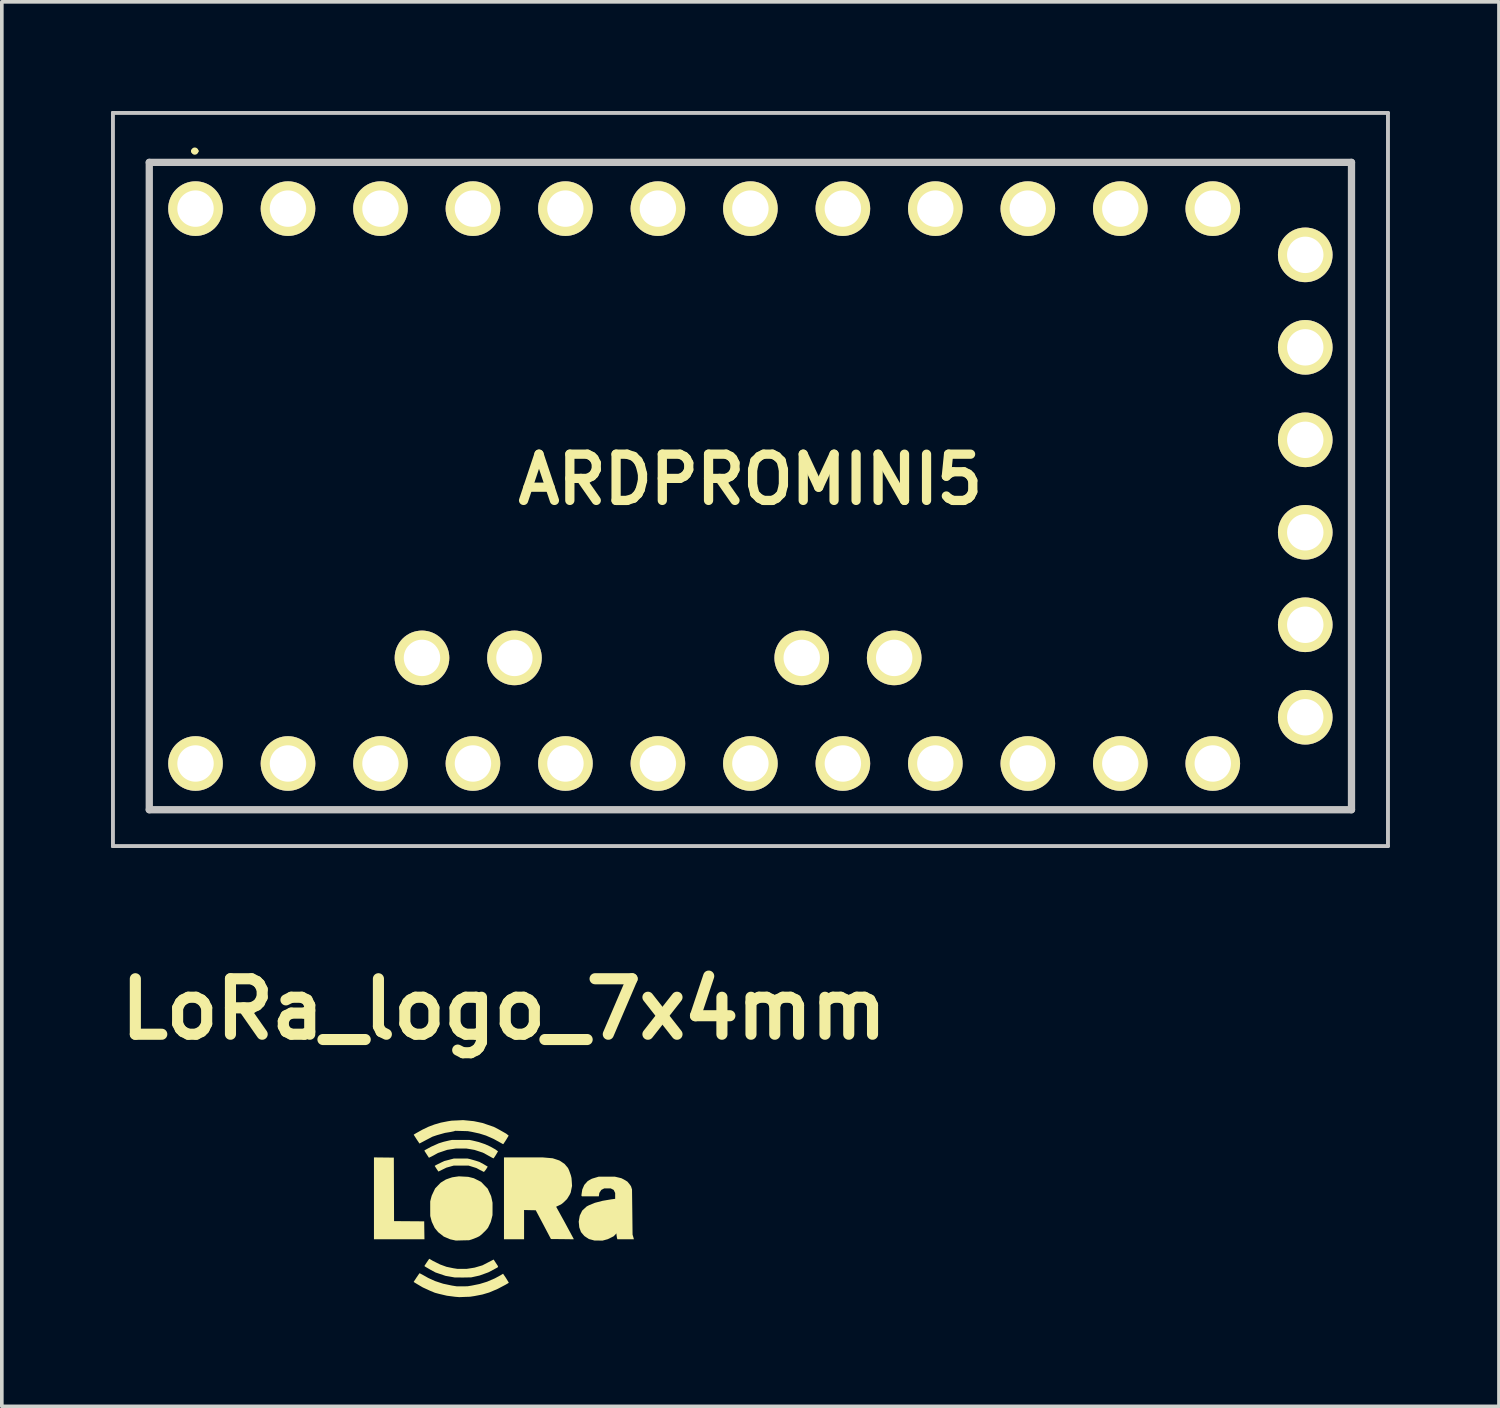
<source format=kicad_pcb>
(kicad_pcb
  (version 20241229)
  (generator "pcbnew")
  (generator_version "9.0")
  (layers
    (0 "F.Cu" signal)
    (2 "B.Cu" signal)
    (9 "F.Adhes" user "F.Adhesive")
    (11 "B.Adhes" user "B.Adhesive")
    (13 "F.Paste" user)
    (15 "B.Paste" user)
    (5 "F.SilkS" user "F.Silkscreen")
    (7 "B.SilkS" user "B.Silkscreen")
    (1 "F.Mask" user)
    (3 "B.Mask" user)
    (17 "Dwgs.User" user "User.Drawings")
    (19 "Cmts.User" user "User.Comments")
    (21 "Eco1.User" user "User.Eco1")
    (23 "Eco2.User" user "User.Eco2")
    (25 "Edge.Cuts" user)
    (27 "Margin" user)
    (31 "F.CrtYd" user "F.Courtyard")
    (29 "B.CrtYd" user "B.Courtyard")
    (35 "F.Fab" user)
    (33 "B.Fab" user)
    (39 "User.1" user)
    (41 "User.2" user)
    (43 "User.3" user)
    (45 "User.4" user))
  (footprint "LoRa_logo_7x4mm"
    (layer "F.Cu")
    (at 10.791 30.146)
    (property "Reference" "LoRa_logo_7x4mm" (at 0 -5.479 0) (layer "F.SilkS") (effects (font (size 1.524 1.524) (thickness 0.305))))
    (attr smd)
    (fp_poly (pts (xy -1.344 2.421) (xy -1.567 2.392) (xy -1.784 2.341) (xy -1.896 2.311) (xy -2.031 2.255) (xy -2.231 2.163) (xy -2.387 2.071) (xy -2.478 2.015) (xy -1.982 0.361) (xy -2.003 0.282) (xy -2.024 0.203) (xy -2.025 0.003) (xy -2.025 -0.198) (xy -2.005 -0.277) (xy -1.984 -0.356) (xy -1.937 -0.456) (xy -1.889 -0.556) (xy -1.813 -0.635) (xy -1.737 -0.713) (xy -1.665 -0.757) (xy -1.593 -0.801) (xy -1.508 -0.831) (xy -1.422 -0.86) (xy -1.33 -0.874) (xy -1.238 -0.887) (xy -1.109 -0.88) (xy -0.98 -0.873) (xy -0.903 -0.854) (xy -0.827 -0.835) (xy -0.727 -0.785) (xy -0.627 -0.735) (xy -0.537 -0.641) (xy -0.446 -0.548) (xy -0.399 -0.446) (xy -0.352 -0.344) (xy -0.332 -0.253) (xy -0.313 -0.161) (xy -0.313 0.009) (xy -0.314 0.179) (xy -0.338 0.274) (xy -0.363 0.369) (xy -0.4 0.447) (xy -0.437 0.525) (xy -0.491 0.59) (xy -0.609 0.706) (xy -0.673 0.757) (xy -0.744 0.792) (xy -0.886 0.847) (xy -0.956 0.868) (xy -1.138 0.872) (xy -1.32 0.877) (xy -1.398 0.86) (xy -1.398 0.86) (xy -1.476 0.843) (xy -1.565 0.805) (xy -1.654 0.767) (xy -1.729 0.707) (xy -1.805 0.648) (xy -1.853 0.59) (xy -1.902 0.531) (xy -1.942 0.446) (xy -1.982 0.361) (xy -2.478 2.015) (xy -2.183 0.841) (xy -2.877 0.841) (xy -3.57 0.841) (xy -3.57 -0.283) (xy -3.57 -0.283) (xy -3.57 -1.407) (xy -3.297 -1.404) (xy -3.024 -1.401) (xy -3.021 -0.529) (xy -3.018 0.343) (xy -2.604 0.346) (xy -2.19 0.349) (xy -2.187 0.595) (xy -2.183 0.841) (xy -2.478 2.015) (xy -2.475 2.005) (xy -2.397 1.886) (xy -2.13 1.491) (xy -2.062 1.392) (xy -2.049 1.377) (xy -1.955 1.433) (xy -1.755 1.533) (xy -1.578 1.598) (xy -1.39 1.637) (xy -1.273 1.655) (xy -1.15 1.655) (xy -1.027 1.655) (xy -0.915 1.638) (xy -0.804 1.62) (xy -0.698 1.589) (xy -0.592 1.558) (xy -0.445 1.482) (xy -0.29 1.402) (xy -0.282 1.399) (xy -0.222 1.491) (xy -0.161 1.584) (xy -0.167 1.599) (xy -0.172 1.614) (xy -0.3 1.682) (xy -0.428 1.75) (xy -0.549 1.794) (xy -0.671 1.838) (xy -0.784 1.863) (xy -0.898 1.888) (xy -1.109 1.892) (xy -1.35 1.891) (xy -1.35 1.891) (xy -1.491 1.866) (xy -1.602 1.847) (xy -1.741 1.8) (xy -1.88 1.753) (xy -2.006 1.686) (xy -2.158 1.597) (xy -2.185 1.576) (xy -2.13 1.491) (xy -2.397 1.886) (xy -2.322 1.777) (xy -2.31 1.777) (xy -1.894 -1.16) (xy -1.902 -1.174) (xy -1.861 -1.199) (xy -1.728 -1.265) (xy -1.636 -1.308) (xy -1.507 -1.341) (xy -1.379 -1.375) (xy -1.191 -1.376) (xy -1.003 -1.376) (xy -0.933 -1.361) (xy -0.768 -1.314) (xy -0.674 -1.283) (xy -0.56 -1.222) (xy -0.445 -1.153) (xy -0.493 -1.075) (xy -0.549 -1.007) (xy -0.657 -1.061) (xy -0.657 -1.061) (xy -0.757 -1.115) (xy -0.862 -1.148) (xy -0.968 -1.181) (xy -1.174 -1.181) (xy -1.379 -1.182) (xy -1.479 -1.154) (xy -1.579 -1.126) (xy -1.69 -1.072) (xy -1.8 -1.018) (xy -1.807 -1.028) (xy -1.85 -1.092) (xy -1.894 -1.16) (xy -2.31 1.777) (xy -2.232 1.818) (xy -1.935 -1.46) (xy -2.06 -1.397) (xy -2.125 -1.497) (xy -2.187 -1.593) (xy -2.165 -1.61) (xy -2.002 -1.699) (xy -1.79 -1.794) (xy -1.655 -1.836) (xy -1.508 -1.871) (xy -1.426 -1.887) (xy -1.185 -1.887) (xy -0.945 -1.887) (xy -0.862 -1.87) (xy -0.692 -1.829) (xy -0.518 -1.77) (xy -0.371 -1.703) (xy -0.237 -1.628) (xy -0.163 -1.574) (xy -0.222 -1.473) (xy -0.282 -1.383) (xy -0.296 -1.384) (xy -0.345 -1.409) (xy -0.345 -1.409) (xy -0.481 -1.485) (xy -0.58 -1.538) (xy -0.695 -1.576) (xy -0.809 -1.613) (xy -0.918 -1.632) (xy -1.027 -1.65) (xy -1.177 -1.65) (xy -1.326 -1.65) (xy -1.443 -1.632) (xy -1.559 -1.614) (xy -1.686 -1.571) (xy -1.813 -1.528) (xy -1.935 -1.46) (xy -2.232 1.818) (xy -2.078 1.905) (xy -1.89 1.99) (xy -1.671 2.062) (xy -1.425 2.114) (xy 2.409 0.855) (xy 2.332 0.835) (xy 2.271 0.794) (xy 2.209 0.753) (xy 2.163 0.699) (xy 2.116 0.644) (xy 2.093 0.579) (xy 2.069 0.514) (xy 2.062 0.436) (xy 2.054 0.358) (xy 2.068 0.276) (xy 2.082 0.194) (xy 2.116 0.124) (xy 2.149 0.055) (xy 2.211 -0.003) (xy 2.273 -0.06) (xy 2.338 -0.094) (xy 2.499 -0.16) (xy 2.711 -0.215) (xy 2.941 -0.254) (xy 3.055 -0.269) (xy 3.055 -0.349) (xy 3.055 -0.429) (xy 3.035 -0.471) (xy 3.014 -0.514) (xy 2.973 -0.535) (xy 2.932 -0.556) (xy 2.844 -0.556) (xy 2.756 -0.556) (xy 2.715 -0.535) (xy 2.674 -0.514) (xy 2.647 -0.472) (xy 2.62 -0.431) (xy 2.613 -0.384) (xy 2.606 -0.338) (xy 2.373 -0.338) (xy 2.141 -0.338) (xy 2.134 -0.349) (xy 2.127 -0.361) (xy 2.139 -0.443) (xy 2.152 -0.526) (xy 2.18 -0.589) (xy 2.207 -0.652) (xy 2.255 -0.705) (xy 2.303 -0.759) (xy 2.359 -0.791) (xy 2.416 -0.822) (xy 2.51 -0.85) (xy 2.603 -0.878) (xy 2.826 -0.878) (xy 3.05 -0.877) (xy 3.137 -0.857) (xy 3.224 -0.836) (xy 3.295 -0.8) (xy 3.391 -0.742) (xy 3.453 -0.667) (xy 3.49 -0.614) (xy 3.504 -0.57) (xy 3.518 -0.526) (xy 3.526 0.094) (xy 3.533 0.714) (xy 3.552 0.777) (xy 3.57 0.841) (xy 3.343 0.841) (xy 3.115 0.841) (xy 3.103 0.796) (xy 3.091 0.715) (xy 3.091 0.68) (xy 3.052 0.72) (xy 3.014 0.759) (xy 2.932 0.8) (xy 2.85 0.84) (xy 2.78 0.859) (xy 2.71 0.878) (xy 2.598 0.877) (xy 2.486 0.876) (xy 2.409 0.855) (xy 2.409 0.855) (xy -1.425 2.114) (xy -1.297 2.134) (xy 1.916 0.842) (xy 1.604 0.838) (xy 1.291 0.835) (xy 1.083 0.44) (xy 0.874 0.045) (xy 0.714 0.042) (xy 0.553 0.038) (xy 0.553 0.44) (xy 0.553 0.841) (xy 0.277 0.841) (xy 0.001 0.841) (xy 0.001 -0.283) (xy 0.001 -0.283) (xy 0.001 -1.407) (xy 0.533 -1.407) (xy 1.064 -1.407) (xy 1.201 -1.395) (xy 1.338 -1.383) (xy 1.431 -1.353) (xy 1.524 -1.322) (xy 1.594 -1.276) (xy 1.664 -1.229) (xy 1.711 -1.173) (xy 1.758 -1.118) (xy 1.789 -1.053) (xy 1.838 -0.915) (xy 1.856 -0.842) (xy 1.864 -0.733) (xy 1.871 -0.623) (xy 1.852 -0.532) (xy 1.834 -0.441) (xy 1.804 -0.378) (xy 1.732 -0.262) (xy 1.63 -0.163) (xy 1.569 -0.116) (xy 1.502 -0.084) (xy 1.434 -0.052) (xy 1.675 0.385) (xy 1.916 0.832) (xy 1.916 0.842) (xy -1.297 2.134) (xy -1.15 2.134) (xy -1.003 2.133) (xy -0.885 2.114) (xy -0.668 2.07) (xy -0.463 2.007) (xy -0.251 1.916) (xy -0.085 1.826) (xy -0.105 -1.816) (xy -0.287 -1.916) (xy -0.492 -2.006) (xy -0.674 -2.063) (xy -0.88 -2.108) (xy -0.992 -2.128) (xy -1.167 -2.133) (xy -1.343 -2.137) (xy -1.367 -2.126) (xy -1.461 -2.106) (xy -1.619 -2.08) (xy -1.836 -2.019) (xy -1.963 -1.976) (xy -2.142 -1.882) (xy -2.32 -1.788) (xy -2.396 -1.901) (xy -2.474 -2.023) (xy -2.477 -2.033) (xy -2.404 -2.077) (xy -2.237 -2.17) (xy -2.072 -2.249) (xy -1.908 -2.311) (xy -1.732 -2.362) (xy -1.544 -2.399) (xy -1.438 -2.416) (xy -1.279 -2.423) (xy -1.121 -2.431) (xy -0.974 -2.417) (xy -0.827 -2.402) (xy -0.71 -2.378) (xy -0.592 -2.353) (xy -0.434 -2.299) (xy -0.276 -2.245) (xy -0.14 -2.174) (xy 0.063 -2.059) (xy 0.13 -2.005) (xy 0.057 -1.884) (xy -0.017 -1.772) (xy -0.028 -1.773) (xy -0.105 -1.816) (xy -0.105 -1.816) (xy -0.085 1.826) (xy -0.024 1.788) (xy 0.053 1.901) (xy 0.13 2.027) (xy 0.13 2.04) (xy 0.045 2.09) (xy -0.175 2.206) (xy -0.404 2.303) (xy -0.592 2.359) (xy -0.809 2.401) (xy -0.933 2.42) (xy -1.08 2.425) (xy -1.226 2.431) (xy -1.344 2.421) (xy -1.344 2.421)) (stroke (width 0) (type solid)) (fill yes) (layer "F.SilkS")))
  (footprint "ARDPROMINI5"
    (layer "F.Cu")
    (at 2.32 2.68)
    (property "Reference" "ARDPROMINI5" (at 15.24 7.44 0) (layer "F.SilkS") (effects (font (size 1.27 1.27) (thickness 0.254))))
    (attr through_hole)
    (fp_line (start -1.27 -1.27) (end 31.75 -1.27) (stroke (width 0.1) (type solid)) (layer "F.SilkS"))
    (fp_line (start -1.27 16.51) (end -1.27 -1.27) (stroke (width 0.1) (type solid)) (layer "F.SilkS"))
    (fp_line (start -0.07 -1.58) (end -0.07 -1.58) (stroke (width 0.1) (type solid)) (layer "F.SilkS"))
    (fp_line (start 0.03 -1.58) (end 0.03 -1.58) (stroke (width 0.1) (type solid)) (layer "F.SilkS"))
    (fp_line (start 31.75 -1.27) (end 31.75 16.51) (stroke (width 0.1) (type solid)) (layer "F.SilkS"))
    (fp_line (start 31.75 16.51) (end -1.27 16.51) (stroke (width 0.1) (type solid)) (layer "F.SilkS"))
    (fp_arc (start -0.07 -1.58) (mid -0.02 -1.63) (end 0.03 -1.58) (stroke (width 0.1) (type solid)) (layer "F.SilkS"))
    (fp_arc (start 0.03 -1.58) (mid -0.02 -1.53) (end -0.07 -1.58) (stroke (width 0.1) (type solid)) (layer "F.SilkS"))
    (fp_line (start -2.27 -2.63) (end 32.75 -2.63) (stroke (width 0.1) (type solid)) (layer "Dwgs.User"))
    (fp_line (start -2.27 -2.63) (end 32.75 -2.63) (stroke (width 0.1) (type solid)) (layer "Dwgs.User"))
    (fp_line (start -2.27 17.51) (end -2.27 -2.63) (stroke (width 0.1) (type solid)) (layer "Dwgs.User"))
    (fp_line (start -2.27 17.51) (end -2.27 -2.63) (stroke (width 0.1) (type solid)) (layer "Dwgs.User"))
    (fp_line (start -1.27 -1.27) (end 31.75 -1.27) (stroke (width 0.2) (type solid)) (layer "Dwgs.User"))
    (fp_line (start -1.27 16.51) (end -1.27 -1.27) (stroke (width 0.2) (type solid)) (layer "Dwgs.User"))
    (fp_line (start 31.75 -1.27) (end 31.75 16.51) (stroke (width 0.2) (type solid)) (layer "Dwgs.User"))
    (fp_line (start 31.75 16.51) (end -1.27 16.51) (stroke (width 0.2) (type solid)) (layer "Dwgs.User"))
    (fp_line (start 32.75 -2.63) (end 32.75 17.51) (stroke (width 0.1) (type solid)) (layer "Dwgs.User"))
    (fp_line (start 32.75 -2.63) (end 32.75 17.51) (stroke (width 0.1) (type solid)) (layer "Dwgs.User"))
    (fp_line (start 32.75 17.51) (end -2.27 17.51) (stroke (width 0.1) (type solid)) (layer "Dwgs.User"))
    (fp_line (start 32.75 17.51) (end -2.27 17.51) (stroke (width 0.1) (type solid)) (layer "Dwgs.User"))
    (pad "1" thru_hole circle (at 0 0 90) (size 1.5 1.5) (drill 1) (layers "*.Cu" "*.Mask" "F.SilkS"))
    (pad "2" thru_hole circle (at 2.54 0 90) (size 1.5 1.5) (drill 1) (layers "*.Cu" "*.Mask" "F.SilkS"))
    (pad "3" thru_hole circle (at 5.08 0 90) (size 1.5 1.5) (drill 1) (layers "*.Cu" "*.Mask" "F.SilkS"))
    (pad "4" thru_hole circle (at 7.62 0 90) (size 1.5 1.5) (drill 1) (layers "*.Cu" "*.Mask" "F.SilkS"))
    (pad "5" thru_hole circle (at 10.16 0 90) (size 1.5 1.5) (drill 1) (layers "*.Cu" "*.Mask" "F.SilkS"))
    (pad "6" thru_hole circle (at 12.7 0 90) (size 1.5 1.5) (drill 1) (layers "*.Cu" "*.Mask" "F.SilkS"))
    (pad "7" thru_hole circle (at 15.24 0 90) (size 1.5 1.5) (drill 1) (layers "*.Cu" "*.Mask" "F.SilkS"))
    (pad "8" thru_hole circle (at 17.78 0 90) (size 1.5 1.5) (drill 1) (layers "*.Cu" "*.Mask" "F.SilkS"))
    (pad "9" thru_hole circle (at 20.32 0 90) (size 1.5 1.5) (drill 1) (layers "*.Cu" "*.Mask" "F.SilkS"))
    (pad "10" thru_hole circle (at 22.86 0 90) (size 1.5 1.5) (drill 1) (layers "*.Cu" "*.Mask" "F.SilkS"))
    (pad "11" thru_hole circle (at 25.4 0 90) (size 1.5 1.5) (drill 1) (layers "*.Cu" "*.Mask" "F.SilkS"))
    (pad "12" thru_hole circle (at 27.94 0 90) (size 1.5 1.5) (drill 1) (layers "*.Cu" "*.Mask" "F.SilkS"))
    (pad "13" thru_hole circle (at 27.94 15.24 90) (size 1.5 1.5) (drill 1) (layers "*.Cu" "*.Mask" "F.SilkS"))
    (pad "14" thru_hole circle (at 25.4 15.24 90) (size 1.5 1.5) (drill 1) (layers "*.Cu" "*.Mask" "F.SilkS"))
    (pad "15" thru_hole circle (at 22.86 15.24 90) (size 1.5 1.5) (drill 1) (layers "*.Cu" "*.Mask" "F.SilkS"))
    (pad "16" thru_hole circle (at 20.32 15.24 90) (size 1.5 1.5) (drill 1) (layers "*.Cu" "*.Mask" "F.SilkS"))
    (pad "17" thru_hole circle (at 17.78 15.24 90) (size 1.5 1.5) (drill 1) (layers "*.Cu" "*.Mask" "F.SilkS"))
    (pad "18" thru_hole circle (at 15.24 15.24 90) (size 1.5 1.5) (drill 1) (layers "*.Cu" "*.Mask" "F.SilkS"))
    (pad "19" thru_hole circle (at 12.7 15.24 90) (size 1.5 1.5) (drill 1) (layers "*.Cu" "*.Mask" "F.SilkS"))
    (pad "20" thru_hole circle (at 10.16 15.24 90) (size 1.5 1.5) (drill 1) (layers "*.Cu" "*.Mask" "F.SilkS"))
    (pad "21" thru_hole circle (at 7.62 15.24 90) (size 1.5 1.5) (drill 1) (layers "*.Cu" "*.Mask" "F.SilkS"))
    (pad "22" thru_hole circle (at 5.08 15.24 90) (size 1.5 1.5) (drill 1) (layers "*.Cu" "*.Mask" "F.SilkS"))
    (pad "23" thru_hole circle (at 2.54 15.24 90) (size 1.5 1.5) (drill 1) (layers "*.Cu" "*.Mask" "F.SilkS"))
    (pad "24" thru_hole circle (at 0 15.24 90) (size 1.5 1.5) (drill 1) (layers "*.Cu" "*.Mask" "F.SilkS"))
    (pad "25" thru_hole circle (at 6.22 12.34 90) (size 1.5 1.5) (drill 1) (layers "*.Cu" "*.Mask" "F.SilkS"))
    (pad "26" thru_hole circle (at 8.76 12.34 90) (size 1.5 1.5) (drill 1) (layers "*.Cu" "*.Mask" "F.SilkS"))
    (pad "27" thru_hole circle (at 16.65 12.34 90) (size 1.5 1.5) (drill 1) (layers "*.Cu" "*.Mask" "F.SilkS"))
    (pad "28" thru_hole circle (at 19.19 12.34 90) (size 1.5 1.5) (drill 1) (layers "*.Cu" "*.Mask" "F.SilkS"))
    (pad "29" thru_hole circle (at 30.48 13.97 90) (size 1.5 1.5) (drill 1) (layers "*.Cu" "*.Mask" "F.SilkS"))
    (pad "30" thru_hole circle (at 30.48 11.43 90) (size 1.5 1.5) (drill 1) (layers "*.Cu" "*.Mask" "F.SilkS"))
    (pad "31" thru_hole circle (at 30.48 8.89 90) (size 1.5 1.5) (drill 1) (layers "*.Cu" "*.Mask" "F.SilkS"))
    (pad "32" thru_hole circle (at 30.48 6.35 90) (size 1.5 1.5) (drill 1) (layers "*.Cu" "*.Mask" "F.SilkS"))
    (pad "33" thru_hole circle (at 30.48 3.81 90) (size 1.5 1.5) (drill 1) (layers "*.Cu" "*.Mask" "F.SilkS"))
    (pad "34" thru_hole circle (at 30.48 1.27 90) (size 1.5 1.5) (drill 1) (layers "*.Cu" "*.Mask" "F.SilkS")))
  (gr_rect
    (start -3 -3)
    (end 38.12 35.577)
    (stroke (width 0.1) (type default))
    (fill no)
    (layer "Edge.Cuts")))
</source>
